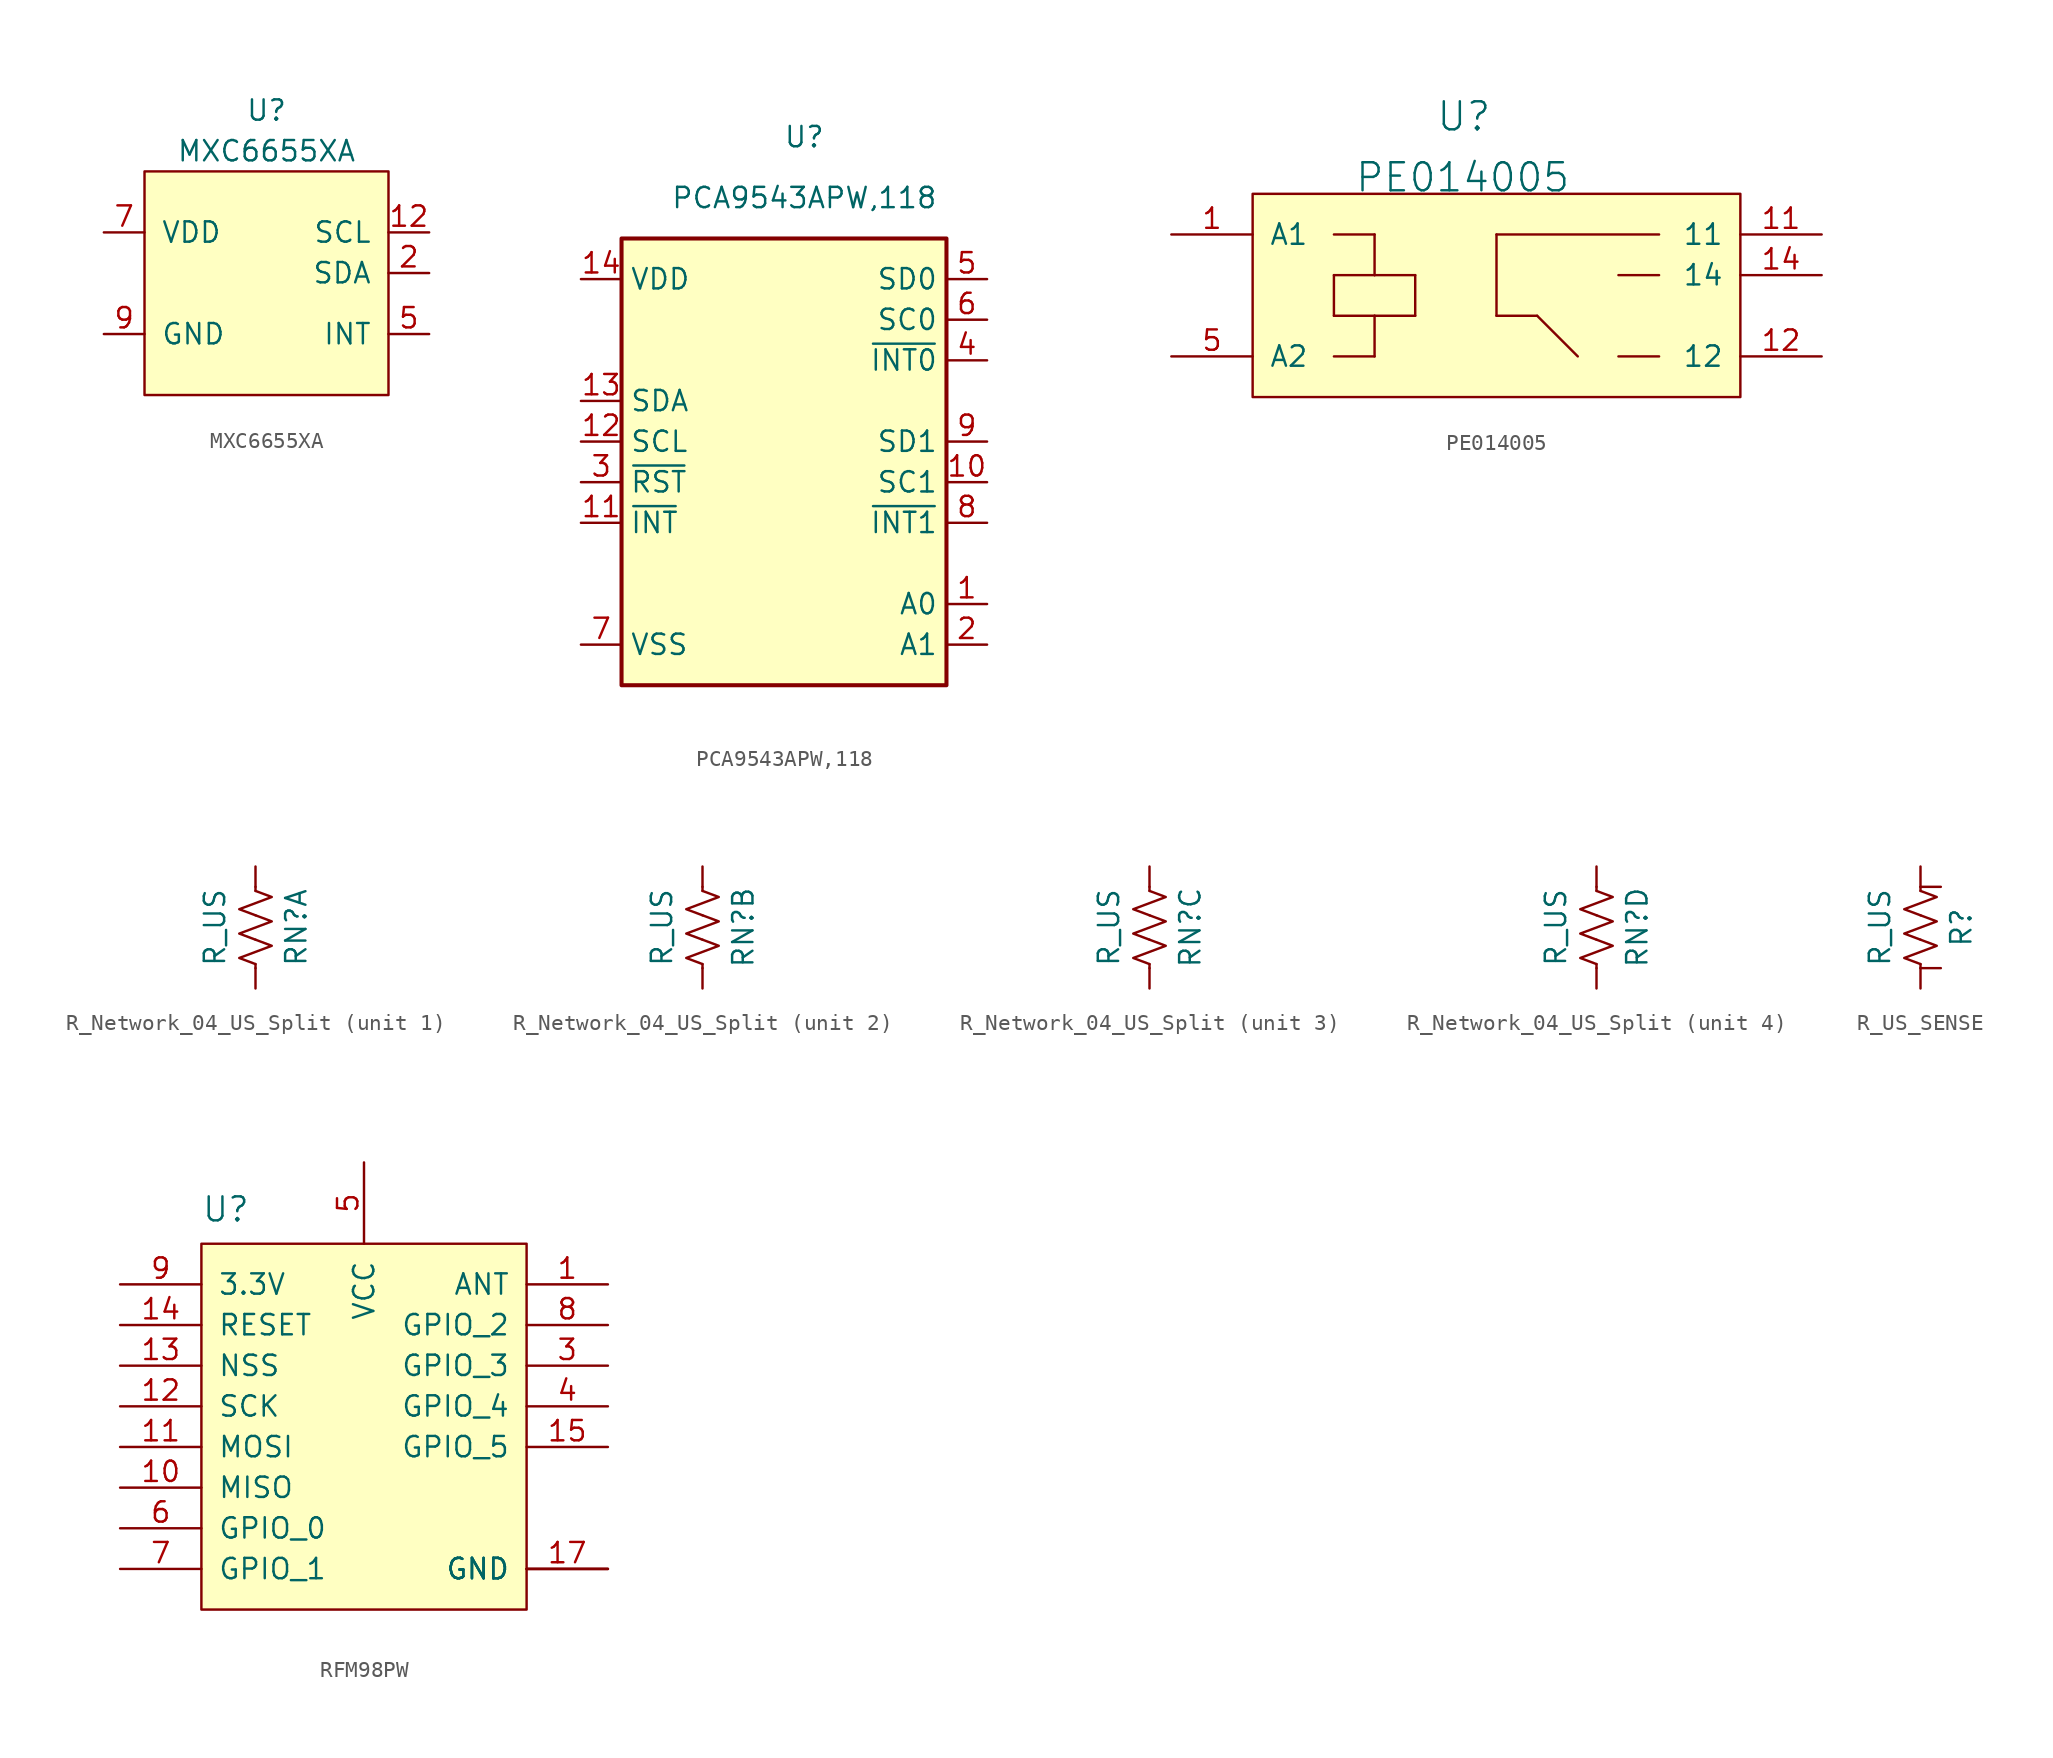
<source format=kicad_sym>
(kicad_symbol_lib
  (version 20220914)
  (generator kicad_symbol_editor)
  (symbol "MXC6655XA"
    (pin_names
      (offset 1.016))
    (property "Reference" "U"
      (at 0 3.81 0)
      (effects (font (size 1.27 1.27))))
    (property "Value" "MXC6655XA"
      (at 0 1.27 0)
      (effects (font (size 1.27 1.27))))
    (symbol "MXC6655XA_0_1"
      (rectangle (start -7.62 0) (end 7.62 -13.97) (stroke (width 0) (type default)) (fill (type background))))
    (symbol "MXC6655XA_1_1"
      (pin input line (at 10.16 -3.81 180) (length 2.54) (name "SCL" (effects (font (size 1.27 1.27)))) (number "12" (effects (font (size 1.27 1.27)))))
      (pin input line (at 10.16 -6.35 180) (length 2.54) (name "SDA" (effects (font (size 1.27 1.27)))) (number "2" (effects (font (size 1.27 1.27)))))
      (pin input line (at 10.16 -10.16 180) (length 2.54) (name "INT" (effects (font (size 1.27 1.27)))) (number "5" (effects (font (size 1.27 1.27)))))
      (pin input line (at -10.16 -3.81 0) (length 2.54) (name "VDD" (effects (font (size 1.27 1.27)))) (number "7" (effects (font (size 1.27 1.27)))))
      (pin input line (at -10.16 -10.16 0) (length 2.54) (name "GND" (effects (font (size 1.27 1.27)))) (number "9" (effects (font (size 1.27 1.27)))))))
  (symbol "PCA9543APW,118"
    (property "Reference" "U"
      (at 0 6.35 0)
      (effects (font (size 1.27 1.27))))
    (property "Value" "PCA9543APW,118"
      (at 0 2.54 0)
      (effects (font (size 1.27 1.27))))
    (symbol "PCA9543APW,118_0_1"
      (rectangle (start 8.89 0) (end -11.43 -27.94) (stroke (width 0.254) (type default)) (fill (type background))))
    (symbol "PCA9543APW,118_1_1"
      (pin input line (at 11.43 -22.86 180) (length 2.54) (name "A0" (effects (font (size 1.27 1.27)))) (number "1" (effects (font (size 1.27 1.27)))))
      (pin output line (at 11.43 -15.24 180) (length 2.54) (name "SC1" (effects (font (size 1.27 1.27)))) (number "10" (effects (font (size 1.27 1.27)))))
      (pin open_collector line (at -13.97 -17.78 0) (length 2.54) (name "~{INT}" (effects (font (size 1.27 1.27)))) (number "11" (effects (font (size 1.27 1.27)))))
      (pin input line (at -13.97 -12.7 0) (length 2.54) (name "SCL" (effects (font (size 1.27 1.27)))) (number "12" (effects (font (size 1.27 1.27)))))
      (pin bidirectional line (at -13.97 -10.16 0) (length 2.54) (name "SDA" (effects (font (size 1.27 1.27)))) (number "13" (effects (font (size 1.27 1.27)))))
      (pin power_in line (at -13.97 -2.54 0) (length 2.54) (name "VDD" (effects (font (size 1.27 1.27)))) (number "14" (effects (font (size 1.27 1.27)))))
      (pin input line (at 11.43 -25.4 180) (length 2.54) (name "A1" (effects (font (size 1.27 1.27)))) (number "2" (effects (font (size 1.27 1.27)))))
      (pin open_collector line (at -13.97 -15.24 0) (length 2.54) (name "~{RST}" (effects (font (size 1.27 1.27)))) (number "3" (effects (font (size 1.27 1.27)))))
      (pin input line (at 11.43 -7.62 180) (length 2.54) (name "~{INT0}" (effects (font (size 1.27 1.27)))) (number "4" (effects (font (size 1.27 1.27)))))
      (pin bidirectional line (at 11.43 -2.54 180) (length 2.54) (name "SD0" (effects (font (size 1.27 1.27)))) (number "5" (effects (font (size 1.27 1.27)))))
      (pin output line (at 11.43 -5.08 180) (length 2.54) (name "SC0" (effects (font (size 1.27 1.27)))) (number "6" (effects (font (size 1.27 1.27)))))
      (pin power_in line (at -13.97 -25.4 0) (length 2.54) (name "VSS" (effects (font (size 1.27 1.27)))) (number "7" (effects (font (size 1.27 1.27)))))
      (pin input line (at 11.43 -17.78 180) (length 2.54) (name "~{INT1}" (effects (font (size 1.27 1.27)))) (number "8" (effects (font (size 1.27 1.27)))))
      (pin bidirectional line (at 11.43 -12.7 180) (length 2.54) (name "SD1" (effects (font (size 1.27 1.27)))) (number "9" (effects (font (size 1.27 1.27)))))))
  (symbol "PE014005"
    (pin_names
      (offset 1.016))
    (property "Reference" "U"
      (at -1.27 8.89 0)
      (effects (font (size 1.753 1.753)) (justify left bottom)))
    (property "Value" "PE014005"
      (at -6.35 5.08 0)
      (effects (font (size 1.753 1.753)) (justify left bottom)))
    (symbol "PE014005_1_0"
      (polyline (pts (xy -7.62 -2.54) (xy -7.62 0)) (stroke (width 0) (type default)) (fill (type none)))
      (polyline (pts (xy -7.62 0) (xy -5.08 0)) (stroke (width 0) (type default)) (fill (type none)))
      (polyline (pts (xy -7.62 2.54) (xy -5.08 2.54)) (stroke (width 0) (type default)) (fill (type none)))
      (polyline (pts (xy -5.08 -5.08) (xy -7.62 -5.08)) (stroke (width 0) (type default)) (fill (type none)))
      (polyline (pts (xy -5.08 -2.54) (xy -7.62 -2.54)) (stroke (width 0) (type default)) (fill (type none)))
      (polyline (pts (xy -5.08 -2.54) (xy -5.08 -5.08)) (stroke (width 0) (type default)) (fill (type none)))
      (polyline (pts (xy -5.08 0) (xy -2.54 0)) (stroke (width 0) (type default)) (fill (type none)))
      (polyline (pts (xy -5.08 2.54) (xy -5.08 0)) (stroke (width 0) (type default)) (fill (type none)))
      (polyline (pts (xy -2.54 -2.54) (xy -5.08 -2.54)) (stroke (width 0) (type default)) (fill (type none)))
      (polyline (pts (xy -2.54 0) (xy -2.54 -2.54)) (stroke (width 0) (type default)) (fill (type none)))
      (polyline (pts (xy 2.54 -2.54) (xy 5.08 -2.54)) (stroke (width 0) (type default)) (fill (type none)))
      (polyline (pts (xy 2.54 2.54) (xy 2.54 -2.54)) (stroke (width 0) (type default)) (fill (type none)))
      (polyline (pts (xy 5.08 -2.54) (xy 7.62 -5.08)) (stroke (width 0) (type default)) (fill (type none)))
      (polyline (pts (xy 12.7 -5.08) (xy 10.16 -5.08)) (stroke (width 0) (type default)) (fill (type none)))
      (polyline (pts (xy 12.7 0) (xy 10.16 0)) (stroke (width 0) (type default)) (fill (type none)))
      (polyline (pts (xy 12.7 2.54) (xy 2.54 2.54)) (stroke (width 0) (type default)) (fill (type none)))
      (pin passive line (at -17.78 2.54 0) (length 5.08) (name "A1" (effects (font (size 1.27 1.27)))) (number "1" (effects (font (size 1.27 1.27)))))
      (pin passive line (at 22.86 2.54 180) (length 5.08) (name "11" (effects (font (size 1.27 1.27)))) (number "11" (effects (font (size 1.27 1.27)))))
      (pin passive line (at 22.86 -5.08 180) (length 5.08) (name "12" (effects (font (size 1.27 1.27)))) (number "12" (effects (font (size 1.27 1.27)))))
      (pin passive line (at 22.86 0 180) (length 5.08) (name "14" (effects (font (size 1.27 1.27)))) (number "14" (effects (font (size 1.27 1.27)))))
      (pin passive line (at -17.78 -5.08 0) (length 5.08) (name "A2" (effects (font (size 1.27 1.27)))) (number "5" (effects (font (size 1.27 1.27))))))
    (symbol "PE014005_1_1"
      (rectangle (start -12.7 5.08) (end 17.78 -7.62) (stroke (width 0) (type default)) (fill (type background)))))
  (symbol "R_Network_04_US_Split"
    (pin_numbers hide)
    (pin_names
      (offset 0))
    (property "Reference" "RN"
      (at 2.54 0 90)
      (effects (font (size 1.27 1.27))))
    (property "Value" "R_US"
      (at -2.54 0 90)
      (effects (font (size 1.27 1.27))))
    (symbol "R_Network_04_US_Split_0_1"
      (polyline (pts (xy 0 -2.286) (xy 0 -2.54)) (stroke (width 0) (type default)) (fill (type none)))
      (polyline (pts (xy 0 2.286) (xy 0 2.54)) (stroke (width 0) (type default)) (fill (type none)))
      (polyline (pts (xy 0 -0.762) (xy 1.016 -1.143) (xy 0 -1.524) (xy -1.016 -1.905) (xy 0 -2.286)) (stroke (width 0) (type default)) (fill (type none)))
      (polyline (pts (xy 0 0.762) (xy 1.016 0.381) (xy 0 0) (xy -1.016 -0.381) (xy 0 -0.762)) (stroke (width 0) (type default)) (fill (type none)))
      (polyline (pts (xy 0 2.286) (xy 1.016 1.905) (xy 0 1.524) (xy -1.016 1.143) (xy 0 0.762)) (stroke (width 0) (type default)) (fill (type none))))
    (symbol "R_Network_04_US_Split_1_1"
      (pin passive line (at 0 3.81 270) (length 1.27) (name "~" (effects (font (size 1.27 1.27)))) (number "1" (effects (font (size 1.27 1.27)))))
      (pin passive line (at 0 -3.81 90) (length 1.27) (name "~" (effects (font (size 1.27 1.27)))) (number "8" (effects (font (size 1.27 1.27))))))
    (symbol "R_Network_04_US_Split_2_1"
      (pin passive line (at 0 3.81 270) (length 1.27) (name "~" (effects (font (size 1.27 1.27)))) (number "2" (effects (font (size 1.27 1.27)))))
      (pin passive line (at 0 -3.81 90) (length 1.27) (name "~" (effects (font (size 1.27 1.27)))) (number "7" (effects (font (size 1.27 1.27))))))
    (symbol "R_Network_04_US_Split_3_1"
      (pin passive line (at 0 3.81 270) (length 1.27) (name "~" (effects (font (size 1.27 1.27)))) (number "3" (effects (font (size 1.27 1.27)))))
      (pin passive line (at 0 -3.81 90) (length 1.27) (name "~" (effects (font (size 1.27 1.27)))) (number "6" (effects (font (size 1.27 1.27))))))
    (symbol "R_Network_04_US_Split_4_1"
      (pin passive line (at 0 3.81 270) (length 1.27) (name "~" (effects (font (size 1.27 1.27)))) (number "4" (effects (font (size 1.27 1.27)))))
      (pin passive line (at 0 -3.81 90) (length 1.27) (name "~" (effects (font (size 1.27 1.27)))) (number "5" (effects (font (size 1.27 1.27)))))))
  (symbol "R_US_SENSE"
    (pin_numbers hide)
    (pin_names
      (offset 0))
    (property "Reference" "R"
      (at 2.54 0 90)
      (effects (font (size 1.27 1.27))))
    (property "Value" "R_US"
      (at -2.54 0 90)
      (effects (font (size 1.27 1.27))))
    (symbol "R_US_SENSE_0_1"
      (polyline (pts (xy 0 -2.286) (xy 0 -2.54)) (stroke (width 0) (type default)) (fill (type none)))
      (polyline (pts (xy 0 2.286) (xy 0 2.54)) (stroke (width 0) (type default)) (fill (type none)))
      (polyline (pts (xy 0 -0.762) (xy 1.016 -1.143) (xy 0 -1.524) (xy -1.016 -1.905) (xy 0 -2.286)) (stroke (width 0) (type default)) (fill (type none)))
      (polyline (pts (xy 0 0.762) (xy 1.016 0.381) (xy 0 0) (xy -1.016 -0.381) (xy 0 -0.762)) (stroke (width 0) (type default)) (fill (type none)))
      (polyline (pts (xy 0 2.286) (xy 1.016 1.905) (xy 0 1.524) (xy -1.016 1.143) (xy 0 0.762)) (stroke (width 0) (type default)) (fill (type none))))
    (symbol "R_US_SENSE_1_1"
      (pin passive line (at 0 3.81 270) (length 1.27) (name "~" (effects (font (size 1.27 1.27)))) (number "1" (effects (font (size 1.27 1.27)))))
      (pin passive line (at 0 -3.81 90) (length 1.27) (name "~" (effects (font (size 1.27 1.27)))) (number "2" (effects (font (size 1.27 1.27)))))
      (pin passive line (at 1.27 2.54 180) (length 1.27) (name "~" (effects (font (size 1.27 1.27)))) (number "3" (effects (font (size 1.27 1.27)))))
      (pin passive line (at 1.27 -2.54 180) (length 1.27) (name "~" (effects (font (size 1.27 1.27)))) (number "4" (effects (font (size 1.27 1.27)))))))
  (symbol "RFM98PW"
    (pin_names
      (offset 1.016))
    (property "Reference" "U"
      (at -7.62 11.43 0)
      (effects (font (size 1.499 1.499)) (justify left bottom)))
    (symbol "RFM98PW_0_0"
      (pin bidirectional line (at 2.54 15.24 270) (length 5.08) (name "VCC" (effects (font (size 1.27 1.27)))) (number "5" (effects (font (size 1.27 1.27))))))
    (symbol "RFM98PW_1_0"
      (pin bidirectional line (at 17.78 7.62 180) (length 5.08) (name "ANT" (effects (font (size 1.27 1.27)))) (number "1" (effects (font (size 1.27 1.27)))))
      (pin bidirectional line (at -12.7 -5.08 0) (length 5.08) (name "MISO" (effects (font (size 1.27 1.27)))) (number "10" (effects (font (size 1.27 1.27)))))
      (pin bidirectional line (at -12.7 -2.54 0) (length 5.08) (name "MOSI" (effects (font (size 1.27 1.27)))) (number "11" (effects (font (size 1.27 1.27)))))
      (pin bidirectional line (at -12.7 0 0) (length 5.08) (name "SCK" (effects (font (size 1.27 1.27)))) (number "12" (effects (font (size 1.27 1.27)))))
      (pin bidirectional line (at -12.7 2.54 0) (length 5.08) (name "NSS" (effects (font (size 1.27 1.27)))) (number "13" (effects (font (size 1.27 1.27)))))
      (pin bidirectional line (at -12.7 5.08 0) (length 5.08) (name "RESET" (effects (font (size 1.27 1.27)))) (number "14" (effects (font (size 1.27 1.27)))))
      (pin bidirectional line (at 17.78 -2.54 180) (length 5.08) (name "GPIO_5" (effects (font (size 1.27 1.27)))) (number "15" (effects (font (size 1.27 1.27)))))
      (pin bidirectional line (at 17.78 -10.16 180) (length 5.08) (name "GND" (effects (font (size 1.27 1.27)))) (number "16" (effects (font (size 0 0)))))
      (pin bidirectional line (at 17.78 -10.16 180) (length 5.08) (name "GND" (effects (font (size 1.27 1.27)))) (number "17" (effects (font (size 1.27 1.27)))))
      (pin bidirectional line (at 17.78 -10.16 180) (length 5.08) (name "GND" (effects (font (size 1.27 1.27)))) (number "2" (effects (font (size 0 0)))))
      (pin bidirectional line (at 17.78 2.54 180) (length 5.08) (name "GPIO_3" (effects (font (size 1.27 1.27)))) (number "3" (effects (font (size 1.27 1.27)))))
      (pin bidirectional line (at 17.78 0 180) (length 5.08) (name "GPIO_4" (effects (font (size 1.27 1.27)))) (number "4" (effects (font (size 1.27 1.27)))))
      (pin bidirectional line (at -12.7 -7.62 0) (length 5.08) (name "GPIO_0" (effects (font (size 1.27 1.27)))) (number "6" (effects (font (size 1.27 1.27)))))
      (pin bidirectional line (at -12.7 -10.16 0) (length 5.08) (name "GPIO_1" (effects (font (size 1.27 1.27)))) (number "7" (effects (font (size 1.27 1.27)))))
      (pin bidirectional line (at 17.78 5.08 180) (length 5.08) (name "GPIO_2" (effects (font (size 1.27 1.27)))) (number "8" (effects (font (size 1.27 1.27)))))
      (pin power_in line (at -12.7 7.62 0) (length 5.08) (name "3.3V" (effects (font (size 1.27 1.27)))) (number "9" (effects (font (size 1.27 1.27))))))
    (symbol "RFM98PW_1_1"
      (rectangle (start -7.62 10.16) (end 12.7 -12.7) (stroke (width 0) (type default)) (fill (type background))))))
</source>
